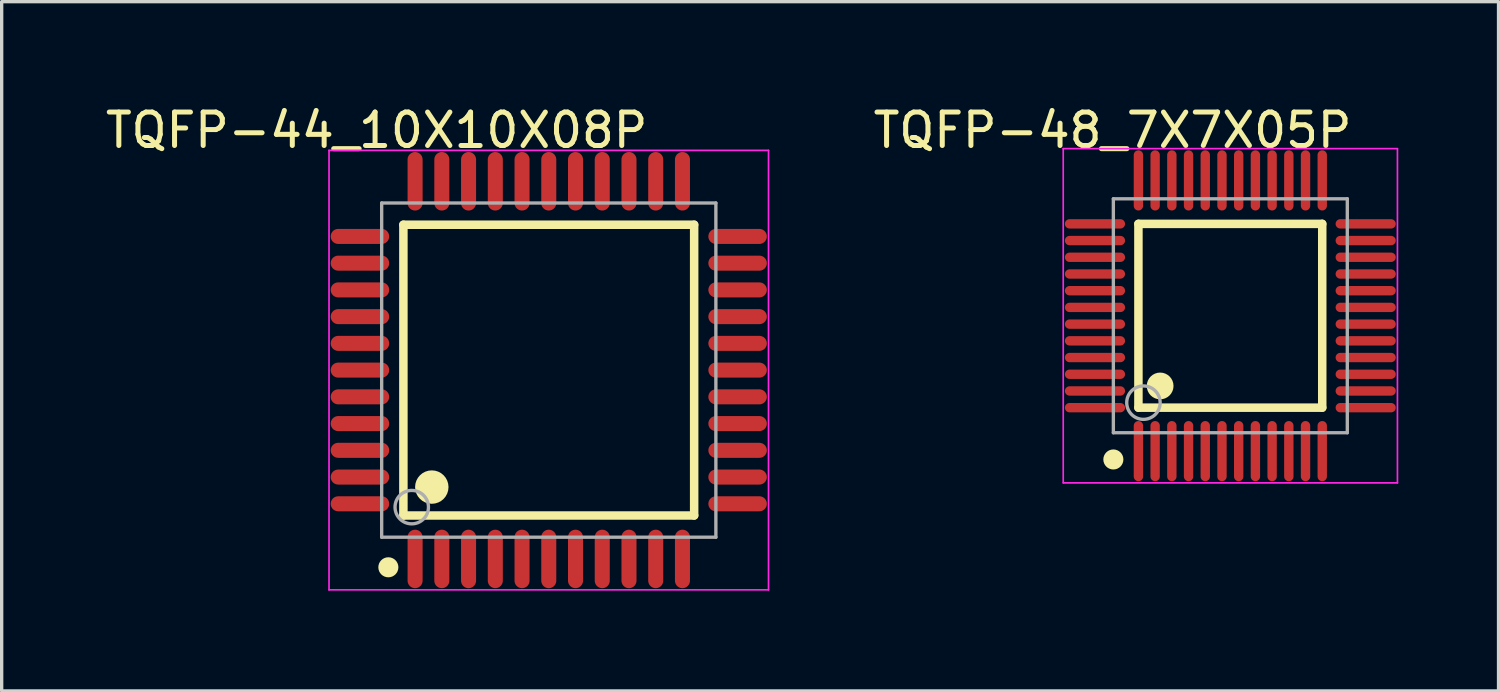
<source format=kicad_pcb>
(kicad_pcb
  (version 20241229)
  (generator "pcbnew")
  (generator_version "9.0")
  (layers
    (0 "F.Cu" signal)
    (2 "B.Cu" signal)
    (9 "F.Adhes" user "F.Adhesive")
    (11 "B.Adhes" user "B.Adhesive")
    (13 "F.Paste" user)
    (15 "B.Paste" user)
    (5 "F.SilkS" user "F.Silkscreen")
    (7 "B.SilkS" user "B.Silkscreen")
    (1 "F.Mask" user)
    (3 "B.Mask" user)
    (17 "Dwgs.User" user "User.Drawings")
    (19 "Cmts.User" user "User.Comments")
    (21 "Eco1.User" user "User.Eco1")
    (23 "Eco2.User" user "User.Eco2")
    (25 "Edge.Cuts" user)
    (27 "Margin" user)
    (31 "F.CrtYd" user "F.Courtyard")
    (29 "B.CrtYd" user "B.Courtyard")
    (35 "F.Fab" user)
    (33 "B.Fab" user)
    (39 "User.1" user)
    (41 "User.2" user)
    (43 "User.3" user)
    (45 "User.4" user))
  (footprint "TQFP-44_10X10X08P"
    (layer "F.Cu")
    (at 13.37 8.024)
    (property "Reference" "TQFP-44_10X10X08P" (at -5.15 -7.176 0) (layer "F.SilkS") (effects (font (size 1 1) (thickness 0.15))))
    (attr through_hole)
    (fp_line (start -4.35 -4.35) (end 4.35 -4.35) (stroke (width 0.254) (type solid)) (layer "F.SilkS"))
    (fp_line (start -4.35 4.35) (end -4.35 -4.35) (stroke (width 0.254) (type solid)) (layer "F.SilkS"))
    (fp_line (start -4.35 4.35) (end 4.35 4.35) (stroke (width 0.254) (type solid)) (layer "F.SilkS"))
    (fp_line (start 4.35 4.35) (end 4.35 -4.35) (stroke (width 0.254) (type solid)) (layer "F.SilkS"))
    (fp_circle (center -4.8 5.9) (end -4.65 5.9) (stroke (width 0.3) (type solid)) (fill no) (layer "F.SilkS"))
    (fp_circle (center -3.5 3.5) (end -3.25 3.5) (stroke (width 0.5) (type solid)) (fill no) (layer "F.SilkS"))
    (fp_line (start -6.575 -6.575) (end 6.575 -6.575) (stroke (width 0.05) (type solid)) (layer "F.CrtYd"))
    (fp_line (start -6.575 6.575) (end -6.575 -6.575) (stroke (width 0.05) (type solid)) (layer "F.CrtYd"))
    (fp_line (start 6.575 -6.575) (end 6.575 6.575) (stroke (width 0.05) (type solid)) (layer "F.CrtYd"))
    (fp_line (start 6.575 6.575) (end -6.575 6.575) (stroke (width 0.05) (type solid)) (layer "F.CrtYd"))
    (fp_line (start -5 -5) (end 5 -5) (stroke (width 0.1) (type solid)) (layer "F.Fab"))
    (fp_line (start -5 5) (end -5 -5) (stroke (width 0.1) (type solid)) (layer "F.Fab"))
    (fp_line (start -5 5) (end 5 5) (stroke (width 0.1) (type solid)) (layer "F.Fab"))
    (fp_line (start 5 5) (end 5 -5) (stroke (width 0.1) (type solid)) (layer "F.Fab"))
    (fp_circle (center -4.1 4.1) (end -3.6 4.1) (stroke (width 0.1) (type solid)) (fill no) (layer "F.Fab"))
    (pad "1" smd oval (at -4 5.65 180) (size 0.45 1.75) (layers "F.Cu" "F.Mask" "F.Paste"))
    (pad "2" smd oval (at -3.2 5.65 180) (size 0.45 1.75) (layers "F.Cu" "F.Mask" "F.Paste"))
    (pad "3" smd oval (at -2.4 5.65 180) (size 0.45 1.75) (layers "F.Cu" "F.Mask" "F.Paste"))
    (pad "4" smd oval (at -1.6 5.65 180) (size 0.45 1.75) (layers "F.Cu" "F.Mask" "F.Paste"))
    (pad "5" smd oval (at -0.8 5.65 180) (size 0.45 1.75) (layers "F.Cu" "F.Mask" "F.Paste"))
    (pad "6" smd oval (at 0 5.65 180) (size 0.45 1.75) (layers "F.Cu" "F.Mask" "F.Paste"))
    (pad "7" smd oval (at 0.8 5.65 180) (size 0.45 1.75) (layers "F.Cu" "F.Mask" "F.Paste"))
    (pad "8" smd oval (at 1.6 5.65 180) (size 0.45 1.75) (layers "F.Cu" "F.Mask" "F.Paste"))
    (pad "9" smd oval (at 2.4 5.65 180) (size 0.45 1.75) (layers "F.Cu" "F.Mask" "F.Paste"))
    (pad "10" smd oval (at 3.2 5.65 180) (size 0.45 1.75) (layers "F.Cu" "F.Mask" "F.Paste"))
    (pad "11" smd oval (at 4 5.65 180) (size 0.45 1.75) (layers "F.Cu" "F.Mask" "F.Paste"))
    (pad "12" smd oval (at 5.65 4 90) (size 0.45 1.75) (layers "F.Cu" "F.Mask" "F.Paste"))
    (pad "13" smd oval (at 5.65 3.2 90) (size 0.45 1.75) (layers "F.Cu" "F.Mask" "F.Paste"))
    (pad "14" smd oval (at 5.65 2.4 90) (size 0.45 1.75) (layers "F.Cu" "F.Mask" "F.Paste"))
    (pad "15" smd oval (at 5.65 1.6 90) (size 0.45 1.75) (layers "F.Cu" "F.Mask" "F.Paste"))
    (pad "16" smd oval (at 5.65 0.8 90) (size 0.45 1.75) (layers "F.Cu" "F.Mask" "F.Paste"))
    (pad "17" smd oval (at 5.65 0 90) (size 0.45 1.75) (layers "F.Cu" "F.Mask" "F.Paste"))
    (pad "18" smd oval (at 5.65 -0.8 90) (size 0.45 1.75) (layers "F.Cu" "F.Mask" "F.Paste"))
    (pad "19" smd oval (at 5.65 -1.6 90) (size 0.45 1.75) (layers "F.Cu" "F.Mask" "F.Paste"))
    (pad "20" smd oval (at 5.65 -2.4 90) (size 0.45 1.75) (layers "F.Cu" "F.Mask" "F.Paste"))
    (pad "21" smd oval (at 5.65 -3.2 90) (size 0.45 1.75) (layers "F.Cu" "F.Mask" "F.Paste"))
    (pad "22" smd oval (at 5.65 -4 90) (size 0.45 1.75) (layers "F.Cu" "F.Mask" "F.Paste"))
    (pad "23" smd oval (at 4 -5.65 180) (size 0.45 1.75) (layers "F.Cu" "F.Mask" "F.Paste"))
    (pad "24" smd oval (at 3.2 -5.65 180) (size 0.45 1.75) (layers "F.Cu" "F.Mask" "F.Paste"))
    (pad "25" smd oval (at 2.4 -5.65 180) (size 0.45 1.75) (layers "F.Cu" "F.Mask" "F.Paste"))
    (pad "26" smd oval (at 1.6 -5.65 180) (size 0.45 1.75) (layers "F.Cu" "F.Mask" "F.Paste"))
    (pad "27" smd oval (at 0.8 -5.65 180) (size 0.45 1.75) (layers "F.Cu" "F.Mask" "F.Paste"))
    (pad "28" smd oval (at 0 -5.65 180) (size 0.45 1.75) (layers "F.Cu" "F.Mask" "F.Paste"))
    (pad "29" smd oval (at -0.8 -5.65 180) (size 0.45 1.75) (layers "F.Cu" "F.Mask" "F.Paste"))
    (pad "30" smd oval (at -1.6 -5.65 180) (size 0.45 1.75) (layers "F.Cu" "F.Mask" "F.Paste"))
    (pad "31" smd oval (at -2.4 -5.65 180) (size 0.45 1.75) (layers "F.Cu" "F.Mask" "F.Paste"))
    (pad "32" smd oval (at -3.2 -5.65 180) (size 0.45 1.75) (layers "F.Cu" "F.Mask" "F.Paste"))
    (pad "33" smd oval (at -4 -5.65 180) (size 0.45 1.75) (layers "F.Cu" "F.Mask" "F.Paste"))
    (pad "34" smd oval (at -5.65 -4 90) (size 0.45 1.75) (layers "F.Cu" "F.Mask" "F.Paste"))
    (pad "35" smd oval (at -5.65 -3.2 90) (size 0.45 1.75) (layers "F.Cu" "F.Mask" "F.Paste"))
    (pad "36" smd oval (at -5.65 -2.4 90) (size 0.45 1.75) (layers "F.Cu" "F.Mask" "F.Paste"))
    (pad "37" smd oval (at -5.65 -1.6 90) (size 0.45 1.75) (layers "F.Cu" "F.Mask" "F.Paste"))
    (pad "38" smd oval (at -5.65 -0.8 90) (size 0.45 1.75) (layers "F.Cu" "F.Mask" "F.Paste"))
    (pad "39" smd oval (at -5.65 0 90) (size 0.45 1.75) (layers "F.Cu" "F.Mask" "F.Paste"))
    (pad "40" smd oval (at -5.65 0.8 90) (size 0.45 1.75) (layers "F.Cu" "F.Mask" "F.Paste"))
    (pad "41" smd oval (at -5.65 1.6 90) (size 0.45 1.75) (layers "F.Cu" "F.Mask" "F.Paste"))
    (pad "42" smd oval (at -5.65 2.4 90) (size 0.45 1.75) (layers "F.Cu" "F.Mask" "F.Paste"))
    (pad "43" smd oval (at -5.65 3.2 90) (size 0.45 1.75) (layers "F.Cu" "F.Mask" "F.Paste"))
    (pad "44" smd oval (at -5.65 4 90) (size 0.45 1.75) (layers "F.Cu" "F.Mask" "F.Paste")))
  (footprint "TQFP-48_7X7X05P"
    (layer "F.Cu")
    (at 33.763 6.398)
    (property "Reference" "TQFP-48_7X7X05P" (at -3.524 -5.55 0) (layer "F.SilkS") (effects (font (size 1 1) (thickness 0.15))))
    (attr through_hole)
    (fp_line (start -2.75 -2.75) (end 2.75 -2.75) (stroke (width 0.254) (type solid)) (layer "F.SilkS"))
    (fp_line (start -2.75 2.75) (end -2.75 -2.75) (stroke (width 0.254) (type solid)) (layer "F.SilkS"))
    (fp_line (start -2.75 2.75) (end 2.75 2.75) (stroke (width 0.254) (type solid)) (layer "F.SilkS"))
    (fp_line (start 2.75 2.75) (end 2.75 -2.75) (stroke (width 0.254) (type solid)) (layer "F.SilkS"))
    (fp_circle (center -3.5 4.3) (end -3.35 4.3) (stroke (width 0.3) (type solid)) (fill no) (layer "F.SilkS"))
    (fp_circle (center -2.1 2.1) (end -1.9 2.1) (stroke (width 0.4) (type solid)) (fill no) (layer "F.SilkS"))
    (fp_line (start -5 -5) (end 5 -5) (stroke (width 0.05) (type solid)) (layer "F.CrtYd"))
    (fp_line (start -5 5) (end -5 -5) (stroke (width 0.05) (type solid)) (layer "F.CrtYd"))
    (fp_line (start 5 -5) (end 5 5) (stroke (width 0.05) (type solid)) (layer "F.CrtYd"))
    (fp_line (start 5 5) (end -5 5) (stroke (width 0.05) (type solid)) (layer "F.CrtYd"))
    (fp_line (start -3.5 -3.5) (end 3.5 -3.5) (stroke (width 0.1) (type solid)) (layer "F.Fab"))
    (fp_line (start -3.5 3.5) (end -3.5 -3.5) (stroke (width 0.1) (type solid)) (layer "F.Fab"))
    (fp_line (start -3.5 3.5) (end 3.5 3.5) (stroke (width 0.1) (type solid)) (layer "F.Fab"))
    (fp_line (start 3.5 3.5) (end 3.5 -3.5) (stroke (width 0.1) (type solid)) (layer "F.Fab"))
    (fp_circle (center -2.6 2.6) (end -2.1 2.6) (stroke (width 0.1) (type solid)) (fill no) (layer "F.Fab"))
    (pad "1" smd oval (at -2.75 4.05 180) (size 0.28 1.8) (layers "F.Cu" "F.Mask" "F.Paste"))
    (pad "2" smd oval (at -2.25 4.05 180) (size 0.28 1.8) (layers "F.Cu" "F.Mask" "F.Paste"))
    (pad "3" smd oval (at -1.75 4.05 180) (size 0.28 1.8) (layers "F.Cu" "F.Mask" "F.Paste"))
    (pad "4" smd oval (at -1.25 4.05 180) (size 0.28 1.8) (layers "F.Cu" "F.Mask" "F.Paste"))
    (pad "5" smd oval (at -0.75 4.05 180) (size 0.28 1.8) (layers "F.Cu" "F.Mask" "F.Paste"))
    (pad "6" smd oval (at -0.25 4.05 180) (size 0.28 1.8) (layers "F.Cu" "F.Mask" "F.Paste"))
    (pad "7" smd oval (at 0.25 4.05 180) (size 0.28 1.8) (layers "F.Cu" "F.Mask" "F.Paste"))
    (pad "8" smd oval (at 0.75 4.05 180) (size 0.28 1.8) (layers "F.Cu" "F.Mask" "F.Paste"))
    (pad "9" smd oval (at 1.25 4.05 180) (size 0.28 1.8) (layers "F.Cu" "F.Mask" "F.Paste"))
    (pad "10" smd oval (at 1.75 4.05 180) (size 0.28 1.8) (layers "F.Cu" "F.Mask" "F.Paste"))
    (pad "11" smd oval (at 2.25 4.05 180) (size 0.28 1.8) (layers "F.Cu" "F.Mask" "F.Paste"))
    (pad "12" smd oval (at 2.75 4.05 180) (size 0.28 1.8) (layers "F.Cu" "F.Mask" "F.Paste"))
    (pad "13" smd oval (at 4.05 2.75 90) (size 0.28 1.8) (layers "F.Cu" "F.Mask" "F.Paste"))
    (pad "14" smd oval (at 4.05 2.25 90) (size 0.28 1.8) (layers "F.Cu" "F.Mask" "F.Paste"))
    (pad "15" smd oval (at 4.05 1.75 90) (size 0.28 1.8) (layers "F.Cu" "F.Mask" "F.Paste"))
    (pad "16" smd oval (at 4.05 1.25 90) (size 0.28 1.8) (layers "F.Cu" "F.Mask" "F.Paste"))
    (pad "17" smd oval (at 4.05 0.75 90) (size 0.28 1.8) (layers "F.Cu" "F.Mask" "F.Paste"))
    (pad "18" smd oval (at 4.05 0.25 90) (size 0.28 1.8) (layers "F.Cu" "F.Mask" "F.Paste"))
    (pad "19" smd oval (at 4.05 -0.25 90) (size 0.28 1.8) (layers "F.Cu" "F.Mask" "F.Paste"))
    (pad "20" smd oval (at 4.05 -0.75 90) (size 0.28 1.8) (layers "F.Cu" "F.Mask" "F.Paste"))
    (pad "21" smd oval (at 4.05 -1.25 90) (size 0.28 1.8) (layers "F.Cu" "F.Mask" "F.Paste"))
    (pad "22" smd oval (at 4.05 -1.75 90) (size 0.28 1.8) (layers "F.Cu" "F.Mask" "F.Paste"))
    (pad "23" smd oval (at 4.05 -2.25 90) (size 0.28 1.8) (layers "F.Cu" "F.Mask" "F.Paste"))
    (pad "24" smd oval (at 4.05 -2.75 90) (size 0.28 1.8) (layers "F.Cu" "F.Mask" "F.Paste"))
    (pad "25" smd oval (at 2.75 -4.05 180) (size 0.28 1.8) (layers "F.Cu" "F.Mask" "F.Paste"))
    (pad "26" smd oval (at 2.25 -4.05 180) (size 0.28 1.8) (layers "F.Cu" "F.Mask" "F.Paste"))
    (pad "27" smd oval (at 1.75 -4.05 180) (size 0.28 1.8) (layers "F.Cu" "F.Mask" "F.Paste"))
    (pad "28" smd oval (at 1.25 -4.05 180) (size 0.28 1.8) (layers "F.Cu" "F.Mask" "F.Paste"))
    (pad "29" smd oval (at 0.75 -4.05 180) (size 0.28 1.8) (layers "F.Cu" "F.Mask" "F.Paste"))
    (pad "30" smd oval (at 0.25 -4.05 180) (size 0.28 1.8) (layers "F.Cu" "F.Mask" "F.Paste"))
    (pad "31" smd oval (at -0.25 -4.05 180) (size 0.28 1.8) (layers "F.Cu" "F.Mask" "F.Paste"))
    (pad "32" smd oval (at -0.75 -4.05 180) (size 0.28 1.8) (layers "F.Cu" "F.Mask" "F.Paste"))
    (pad "33" smd oval (at -1.25 -4.05 180) (size 0.28 1.8) (layers "F.Cu" "F.Mask" "F.Paste"))
    (pad "34" smd oval (at -1.75 -4.05 180) (size 0.28 1.8) (layers "F.Cu" "F.Mask" "F.Paste"))
    (pad "35" smd oval (at -2.25 -4.05 180) (size 0.28 1.8) (layers "F.Cu" "F.Mask" "F.Paste"))
    (pad "36" smd oval (at -2.75 -4.05 180) (size 0.28 1.8) (layers "F.Cu" "F.Mask" "F.Paste"))
    (pad "37" smd oval (at -4.05 -2.75 90) (size 0.28 1.8) (layers "F.Cu" "F.Mask" "F.Paste"))
    (pad "38" smd oval (at -4.05 -2.25 90) (size 0.28 1.8) (layers "F.Cu" "F.Mask" "F.Paste"))
    (pad "39" smd oval (at -4.05 -1.75 90) (size 0.28 1.8) (layers "F.Cu" "F.Mask" "F.Paste"))
    (pad "40" smd oval (at -4.05 -1.25 90) (size 0.28 1.8) (layers "F.Cu" "F.Mask" "F.Paste"))
    (pad "41" smd oval (at -4.05 -0.75 90) (size 0.28 1.8) (layers "F.Cu" "F.Mask" "F.Paste"))
    (pad "42" smd oval (at -4.05 -0.25 90) (size 0.28 1.8) (layers "F.Cu" "F.Mask" "F.Paste"))
    (pad "43" smd oval (at -4.05 0.25 90) (size 0.28 1.8) (layers "F.Cu" "F.Mask" "F.Paste"))
    (pad "44" smd oval (at -4.05 0.75 90) (size 0.28 1.8) (layers "F.Cu" "F.Mask" "F.Paste"))
    (pad "45" smd oval (at -4.05 1.25 90) (size 0.28 1.8) (layers "F.Cu" "F.Mask" "F.Paste"))
    (pad "46" smd oval (at -4.05 1.75 90) (size 0.28 1.8) (layers "F.Cu" "F.Mask" "F.Paste"))
    (pad "47" smd oval (at -4.05 2.25 90) (size 0.28 1.8) (layers "F.Cu" "F.Mask" "F.Paste"))
    (pad "48" smd oval (at -4.05 2.75 90) (size 0.28 1.8) (layers "F.Cu" "F.Mask" "F.Paste")))
  (gr_rect
    (start -3 -3)
    (end 41.788 17.624)
    (stroke (width 0.1) (type default))
    (fill no)
    (layer "Edge.Cuts")))
</source>
